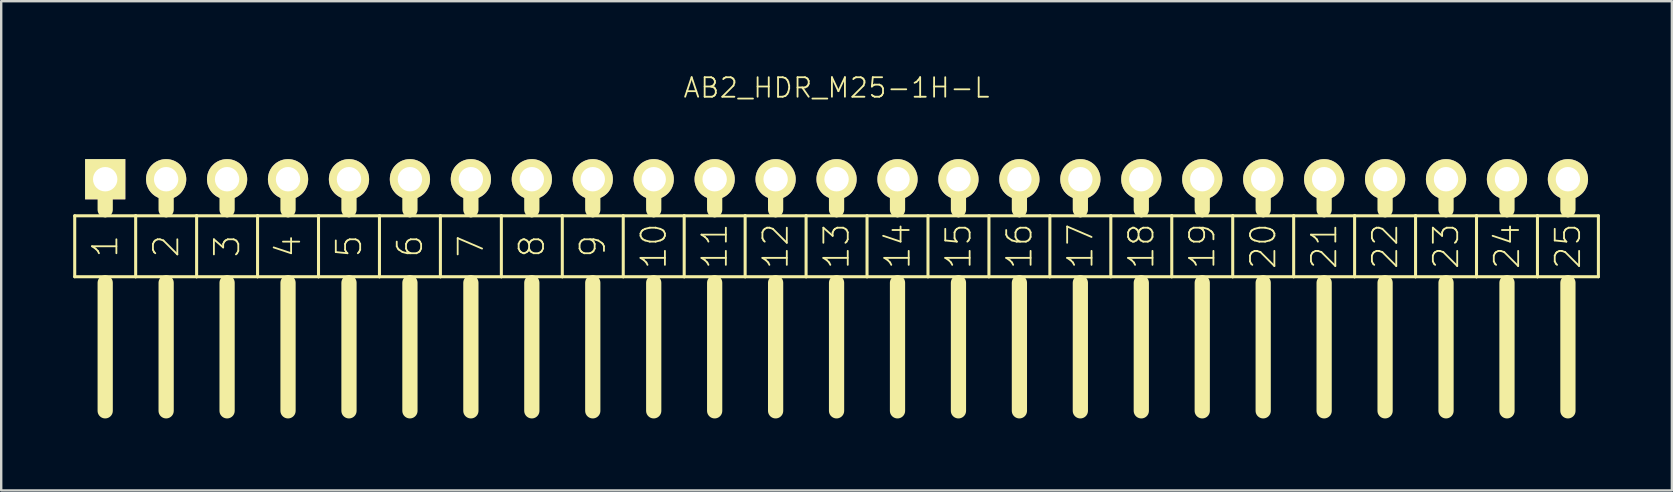
<source format=kicad_pcb>
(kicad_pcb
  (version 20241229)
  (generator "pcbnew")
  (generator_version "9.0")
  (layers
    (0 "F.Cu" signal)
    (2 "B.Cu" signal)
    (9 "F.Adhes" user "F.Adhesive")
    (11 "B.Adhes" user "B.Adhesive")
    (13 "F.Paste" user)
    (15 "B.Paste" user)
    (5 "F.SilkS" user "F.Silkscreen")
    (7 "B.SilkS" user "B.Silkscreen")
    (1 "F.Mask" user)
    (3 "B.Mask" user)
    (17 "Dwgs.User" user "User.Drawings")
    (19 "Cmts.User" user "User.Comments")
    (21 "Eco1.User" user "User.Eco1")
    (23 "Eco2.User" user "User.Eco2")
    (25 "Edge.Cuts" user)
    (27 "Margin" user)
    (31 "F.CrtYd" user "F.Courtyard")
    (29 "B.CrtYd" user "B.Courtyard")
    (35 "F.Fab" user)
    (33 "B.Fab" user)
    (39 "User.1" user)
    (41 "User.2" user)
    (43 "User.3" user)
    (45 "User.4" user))
  (footprint "AB2_HDR_M25-1H-L"
    (layer "F.Cu")
    (at 31.814 4.419)
    (property "Reference" "AB2_HDR_M25-1H-L" (at 0 -3.81 0) (layer "F.SilkS") (effects (font (size 0.813 0.813) (thickness 0.076))))
    (attr through_hole)
    (fp_line (start -31.75 1.524) (end -31.75 4.064) (stroke (width 0.127) (type solid)) (layer "F.SilkS"))
    (fp_line (start -31.75 4.064) (end -30.48 4.064) (stroke (width 0.127) (type solid)) (layer "F.SilkS"))
    (fp_line (start -30.48 0) (end -30.48 1.27) (stroke (width 0.635) (type solid)) (layer "F.SilkS"))
    (fp_line (start -30.48 1.524) (end -31.75 1.524) (stroke (width 0.127) (type solid)) (layer "F.SilkS"))
    (fp_line (start -30.48 4.064) (end -29.21 4.064) (stroke (width 0.127) (type solid)) (layer "F.SilkS"))
    (fp_line (start -30.48 4.318) (end -30.48 9.652) (stroke (width 0.635) (type solid)) (layer "F.SilkS"))
    (fp_line (start -29.21 1.524) (end -30.48 1.524) (stroke (width 0.127) (type solid)) (layer "F.SilkS"))
    (fp_line (start -29.21 4.064) (end -29.21 1.524) (stroke (width 0.127) (type solid)) (layer "F.SilkS"))
    (fp_line (start -29.21 4.064) (end -27.94 4.064) (stroke (width 0.127) (type solid)) (layer "F.SilkS"))
    (fp_line (start -27.94 0) (end -27.94 1.27) (stroke (width 0.635) (type solid)) (layer "F.SilkS"))
    (fp_line (start -27.94 1.524) (end -29.21 1.524) (stroke (width 0.127) (type solid)) (layer "F.SilkS"))
    (fp_line (start -27.94 4.064) (end -26.67 4.064) (stroke (width 0.127) (type solid)) (layer "F.SilkS"))
    (fp_line (start -27.94 4.318) (end -27.94 9.652) (stroke (width 0.635) (type solid)) (layer "F.SilkS"))
    (fp_line (start -26.67 1.524) (end -27.94 1.524) (stroke (width 0.127) (type solid)) (layer "F.SilkS"))
    (fp_line (start -26.67 4.064) (end -26.67 1.524) (stroke (width 0.127) (type solid)) (layer "F.SilkS"))
    (fp_line (start -26.67 4.064) (end -25.4 4.064) (stroke (width 0.127) (type solid)) (layer "F.SilkS"))
    (fp_line (start -25.4 0) (end -25.4 1.27) (stroke (width 0.635) (type solid)) (layer "F.SilkS"))
    (fp_line (start -25.4 1.524) (end -26.67 1.524) (stroke (width 0.127) (type solid)) (layer "F.SilkS"))
    (fp_line (start -25.4 4.064) (end -24.13 4.064) (stroke (width 0.127) (type solid)) (layer "F.SilkS"))
    (fp_line (start -25.4 4.318) (end -25.4 9.652) (stroke (width 0.635) (type solid)) (layer "F.SilkS"))
    (fp_line (start -24.13 1.524) (end -25.4 1.524) (stroke (width 0.127) (type solid)) (layer "F.SilkS"))
    (fp_line (start -24.13 4.064) (end -24.13 1.524) (stroke (width 0.127) (type solid)) (layer "F.SilkS"))
    (fp_line (start -24.13 4.064) (end -22.86 4.064) (stroke (width 0.127) (type solid)) (layer "F.SilkS"))
    (fp_line (start -22.86 0) (end -22.86 1.27) (stroke (width 0.635) (type solid)) (layer "F.SilkS"))
    (fp_line (start -22.86 1.524) (end -24.13 1.524) (stroke (width 0.127) (type solid)) (layer "F.SilkS"))
    (fp_line (start -22.86 4.064) (end -21.59 4.064) (stroke (width 0.127) (type solid)) (layer "F.SilkS"))
    (fp_line (start -22.86 4.318) (end -22.86 9.652) (stroke (width 0.635) (type solid)) (layer "F.SilkS"))
    (fp_line (start -21.59 1.524) (end -22.86 1.524) (stroke (width 0.127) (type solid)) (layer "F.SilkS"))
    (fp_line (start -21.59 4.064) (end -21.59 1.524) (stroke (width 0.127) (type solid)) (layer "F.SilkS"))
    (fp_line (start -21.59 4.064) (end -20.32 4.064) (stroke (width 0.127) (type solid)) (layer "F.SilkS"))
    (fp_line (start -20.32 0) (end -20.32 1.27) (stroke (width 0.635) (type solid)) (layer "F.SilkS"))
    (fp_line (start -20.32 1.524) (end -21.59 1.524) (stroke (width 0.127) (type solid)) (layer "F.SilkS"))
    (fp_line (start -20.32 4.064) (end -19.05 4.064) (stroke (width 0.127) (type solid)) (layer "F.SilkS"))
    (fp_line (start -20.32 4.318) (end -20.32 9.652) (stroke (width 0.635) (type solid)) (layer "F.SilkS"))
    (fp_line (start -19.05 1.524) (end -20.32 1.524) (stroke (width 0.127) (type solid)) (layer "F.SilkS"))
    (fp_line (start -19.05 4.064) (end -19.05 1.524) (stroke (width 0.127) (type solid)) (layer "F.SilkS"))
    (fp_line (start -19.05 4.064) (end -17.78 4.064) (stroke (width 0.127) (type solid)) (layer "F.SilkS"))
    (fp_line (start -17.78 0) (end -17.78 1.27) (stroke (width 0.635) (type solid)) (layer "F.SilkS"))
    (fp_line (start -17.78 1.524) (end -19.05 1.524) (stroke (width 0.127) (type solid)) (layer "F.SilkS"))
    (fp_line (start -17.78 4.064) (end -16.51 4.064) (stroke (width 0.127) (type solid)) (layer "F.SilkS"))
    (fp_line (start -17.78 4.318) (end -17.78 9.652) (stroke (width 0.635) (type solid)) (layer "F.SilkS"))
    (fp_line (start -16.51 1.524) (end -17.78 1.524) (stroke (width 0.127) (type solid)) (layer "F.SilkS"))
    (fp_line (start -16.51 4.064) (end -16.51 1.524) (stroke (width 0.127) (type solid)) (layer "F.SilkS"))
    (fp_line (start -16.51 4.064) (end -15.24 4.064) (stroke (width 0.127) (type solid)) (layer "F.SilkS"))
    (fp_line (start -15.24 0) (end -15.24 1.27) (stroke (width 0.635) (type solid)) (layer "F.SilkS"))
    (fp_line (start -15.24 1.524) (end -16.51 1.524) (stroke (width 0.127) (type solid)) (layer "F.SilkS"))
    (fp_line (start -15.24 4.064) (end -13.97 4.064) (stroke (width 0.127) (type solid)) (layer "F.SilkS"))
    (fp_line (start -15.24 4.318) (end -15.24 9.652) (stroke (width 0.635) (type solid)) (layer "F.SilkS"))
    (fp_line (start -13.97 1.524) (end -15.24 1.524) (stroke (width 0.127) (type solid)) (layer "F.SilkS"))
    (fp_line (start -13.97 4.064) (end -13.97 1.524) (stroke (width 0.127) (type solid)) (layer "F.SilkS"))
    (fp_line (start -13.97 4.064) (end -12.7 4.064) (stroke (width 0.127) (type solid)) (layer "F.SilkS"))
    (fp_line (start -12.7 0) (end -12.7 1.27) (stroke (width 0.635) (type solid)) (layer "F.SilkS"))
    (fp_line (start -12.7 1.524) (end -13.97 1.524) (stroke (width 0.127) (type solid)) (layer "F.SilkS"))
    (fp_line (start -12.7 4.064) (end -11.43 4.064) (stroke (width 0.127) (type solid)) (layer "F.SilkS"))
    (fp_line (start -12.7 4.318) (end -12.7 9.652) (stroke (width 0.635) (type solid)) (layer "F.SilkS"))
    (fp_line (start -11.43 1.524) (end -12.7 1.524) (stroke (width 0.127) (type solid)) (layer "F.SilkS"))
    (fp_line (start -11.43 4.064) (end -11.43 1.524) (stroke (width 0.127) (type solid)) (layer "F.SilkS"))
    (fp_line (start -11.43 4.064) (end -10.16 4.064) (stroke (width 0.127) (type solid)) (layer "F.SilkS"))
    (fp_line (start -10.16 0) (end -10.16 1.27) (stroke (width 0.635) (type solid)) (layer "F.SilkS"))
    (fp_line (start -10.16 1.524) (end -11.43 1.524) (stroke (width 0.127) (type solid)) (layer "F.SilkS"))
    (fp_line (start -10.16 4.064) (end -8.89 4.064) (stroke (width 0.127) (type solid)) (layer "F.SilkS"))
    (fp_line (start -10.16 4.318) (end -10.16 9.652) (stroke (width 0.635) (type solid)) (layer "F.SilkS"))
    (fp_line (start -8.89 1.524) (end -10.16 1.524) (stroke (width 0.127) (type solid)) (layer "F.SilkS"))
    (fp_line (start -8.89 4.064) (end -8.89 1.524) (stroke (width 0.127) (type solid)) (layer "F.SilkS"))
    (fp_line (start -8.89 4.064) (end -7.62 4.064) (stroke (width 0.127) (type solid)) (layer "F.SilkS"))
    (fp_line (start -7.62 0) (end -7.62 1.27) (stroke (width 0.635) (type solid)) (layer "F.SilkS"))
    (fp_line (start -7.62 1.524) (end -8.89 1.524) (stroke (width 0.127) (type solid)) (layer "F.SilkS"))
    (fp_line (start -7.62 4.064) (end -6.35 4.064) (stroke (width 0.127) (type solid)) (layer "F.SilkS"))
    (fp_line (start -7.62 4.318) (end -7.62 9.652) (stroke (width 0.635) (type solid)) (layer "F.SilkS"))
    (fp_line (start -6.35 1.524) (end -7.62 1.524) (stroke (width 0.127) (type solid)) (layer "F.SilkS"))
    (fp_line (start -6.35 4.064) (end -6.35 1.524) (stroke (width 0.127) (type solid)) (layer "F.SilkS"))
    (fp_line (start -6.35 4.064) (end -5.08 4.064) (stroke (width 0.127) (type solid)) (layer "F.SilkS"))
    (fp_line (start -5.08 0) (end -5.08 1.27) (stroke (width 0.635) (type solid)) (layer "F.SilkS"))
    (fp_line (start -5.08 1.524) (end -6.35 1.524) (stroke (width 0.127) (type solid)) (layer "F.SilkS"))
    (fp_line (start -5.08 4.064) (end -3.81 4.064) (stroke (width 0.127) (type solid)) (layer "F.SilkS"))
    (fp_line (start -5.08 4.318) (end -5.08 9.652) (stroke (width 0.635) (type solid)) (layer "F.SilkS"))
    (fp_line (start -3.81 1.524) (end -5.08 1.524) (stroke (width 0.127) (type solid)) (layer "F.SilkS"))
    (fp_line (start -3.81 4.064) (end -3.81 1.524) (stroke (width 0.127) (type solid)) (layer "F.SilkS"))
    (fp_line (start -3.81 4.064) (end -2.54 4.064) (stroke (width 0.127) (type solid)) (layer "F.SilkS"))
    (fp_line (start -2.54 0) (end -2.54 1.27) (stroke (width 0.635) (type solid)) (layer "F.SilkS"))
    (fp_line (start -2.54 1.524) (end -3.81 1.524) (stroke (width 0.127) (type solid)) (layer "F.SilkS"))
    (fp_line (start -2.54 4.064) (end -1.27 4.064) (stroke (width 0.127) (type solid)) (layer "F.SilkS"))
    (fp_line (start -2.54 4.318) (end -2.54 9.652) (stroke (width 0.635) (type solid)) (layer "F.SilkS"))
    (fp_line (start -1.27 1.524) (end -2.54 1.524) (stroke (width 0.127) (type solid)) (layer "F.SilkS"))
    (fp_line (start -1.27 4.064) (end -1.27 1.524) (stroke (width 0.127) (type solid)) (layer "F.SilkS"))
    (fp_line (start -1.27 4.064) (end 0 4.064) (stroke (width 0.127) (type solid)) (layer "F.SilkS"))
    (fp_line (start 0 0) (end 0 1.27) (stroke (width 0.635) (type solid)) (layer "F.SilkS"))
    (fp_line (start 0 1.524) (end -1.27 1.524) (stroke (width 0.127) (type solid)) (layer "F.SilkS"))
    (fp_line (start 0 4.064) (end 1.27 4.064) (stroke (width 0.127) (type solid)) (layer "F.SilkS"))
    (fp_line (start 0 4.318) (end 0 9.652) (stroke (width 0.635) (type solid)) (layer "F.SilkS"))
    (fp_line (start 1.27 1.524) (end 0 1.524) (stroke (width 0.127) (type solid)) (layer "F.SilkS"))
    (fp_line (start 1.27 4.064) (end 1.27 1.524) (stroke (width 0.127) (type solid)) (layer "F.SilkS"))
    (fp_line (start 1.27 4.064) (end 2.54 4.064) (stroke (width 0.127) (type solid)) (layer "F.SilkS"))
    (fp_line (start 2.54 0) (end 2.54 1.27) (stroke (width 0.635) (type solid)) (layer "F.SilkS"))
    (fp_line (start 2.54 1.524) (end 1.27 1.524) (stroke (width 0.127) (type solid)) (layer "F.SilkS"))
    (fp_line (start 2.54 4.064) (end 3.81 4.064) (stroke (width 0.127) (type solid)) (layer "F.SilkS"))
    (fp_line (start 2.54 4.318) (end 2.54 9.652) (stroke (width 0.635) (type solid)) (layer "F.SilkS"))
    (fp_line (start 3.81 1.524) (end 2.54 1.524) (stroke (width 0.127) (type solid)) (layer "F.SilkS"))
    (fp_line (start 3.81 4.064) (end 3.81 1.524) (stroke (width 0.127) (type solid)) (layer "F.SilkS"))
    (fp_line (start 3.81 4.064) (end 5.08 4.064) (stroke (width 0.127) (type solid)) (layer "F.SilkS"))
    (fp_line (start 5.08 0) (end 5.08 1.27) (stroke (width 0.635) (type solid)) (layer "F.SilkS"))
    (fp_line (start 5.08 1.524) (end 3.81 1.524) (stroke (width 0.127) (type solid)) (layer "F.SilkS"))
    (fp_line (start 5.08 4.064) (end 6.35 4.064) (stroke (width 0.127) (type solid)) (layer "F.SilkS"))
    (fp_line (start 5.08 4.318) (end 5.08 9.652) (stroke (width 0.635) (type solid)) (layer "F.SilkS"))
    (fp_line (start 6.35 1.524) (end 5.08 1.524) (stroke (width 0.127) (type solid)) (layer "F.SilkS"))
    (fp_line (start 6.35 4.064) (end 6.35 1.524) (stroke (width 0.127) (type solid)) (layer "F.SilkS"))
    (fp_line (start 6.35 4.064) (end 7.62 4.064) (stroke (width 0.127) (type solid)) (layer "F.SilkS"))
    (fp_line (start 7.62 0) (end 7.62 1.27) (stroke (width 0.635) (type solid)) (layer "F.SilkS"))
    (fp_line (start 7.62 1.524) (end 6.35 1.524) (stroke (width 0.127) (type solid)) (layer "F.SilkS"))
    (fp_line (start 7.62 4.064) (end 8.89 4.064) (stroke (width 0.127) (type solid)) (layer "F.SilkS"))
    (fp_line (start 7.62 4.318) (end 7.62 9.652) (stroke (width 0.635) (type solid)) (layer "F.SilkS"))
    (fp_line (start 8.89 1.524) (end 7.62 1.524) (stroke (width 0.127) (type solid)) (layer "F.SilkS"))
    (fp_line (start 8.89 4.064) (end 8.89 1.524) (stroke (width 0.127) (type solid)) (layer "F.SilkS"))
    (fp_line (start 8.89 4.064) (end 10.16 4.064) (stroke (width 0.127) (type solid)) (layer "F.SilkS"))
    (fp_line (start 10.16 0) (end 10.16 1.27) (stroke (width 0.635) (type solid)) (layer "F.SilkS"))
    (fp_line (start 10.16 1.524) (end 8.89 1.524) (stroke (width 0.127) (type solid)) (layer "F.SilkS"))
    (fp_line (start 10.16 4.064) (end 11.43 4.064) (stroke (width 0.127) (type solid)) (layer "F.SilkS"))
    (fp_line (start 10.16 4.318) (end 10.16 9.652) (stroke (width 0.635) (type solid)) (layer "F.SilkS"))
    (fp_line (start 11.43 1.524) (end 10.16 1.524) (stroke (width 0.127) (type solid)) (layer "F.SilkS"))
    (fp_line (start 11.43 4.064) (end 11.43 1.524) (stroke (width 0.127) (type solid)) (layer "F.SilkS"))
    (fp_line (start 11.43 4.064) (end 12.7 4.064) (stroke (width 0.127) (type solid)) (layer "F.SilkS"))
    (fp_line (start 12.7 0) (end 12.7 1.27) (stroke (width 0.635) (type solid)) (layer "F.SilkS"))
    (fp_line (start 12.7 1.524) (end 11.43 1.524) (stroke (width 0.127) (type solid)) (layer "F.SilkS"))
    (fp_line (start 12.7 4.064) (end 13.97 4.064) (stroke (width 0.127) (type solid)) (layer "F.SilkS"))
    (fp_line (start 12.7 4.318) (end 12.7 9.652) (stroke (width 0.635) (type solid)) (layer "F.SilkS"))
    (fp_line (start 13.97 1.524) (end 12.7 1.524) (stroke (width 0.127) (type solid)) (layer "F.SilkS"))
    (fp_line (start 13.97 4.064) (end 13.97 1.524) (stroke (width 0.127) (type solid)) (layer "F.SilkS"))
    (fp_line (start 13.97 4.064) (end 15.24 4.064) (stroke (width 0.127) (type solid)) (layer "F.SilkS"))
    (fp_line (start 15.24 0) (end 15.24 1.27) (stroke (width 0.635) (type solid)) (layer "F.SilkS"))
    (fp_line (start 15.24 1.524) (end 13.97 1.524) (stroke (width 0.127) (type solid)) (layer "F.SilkS"))
    (fp_line (start 15.24 4.064) (end 16.51 4.064) (stroke (width 0.127) (type solid)) (layer "F.SilkS"))
    (fp_line (start 15.24 4.318) (end 15.24 9.652) (stroke (width 0.635) (type solid)) (layer "F.SilkS"))
    (fp_line (start 16.51 1.524) (end 15.24 1.524) (stroke (width 0.127) (type solid)) (layer "F.SilkS"))
    (fp_line (start 16.51 4.064) (end 16.51 1.524) (stroke (width 0.127) (type solid)) (layer "F.SilkS"))
    (fp_line (start 16.51 4.064) (end 17.78 4.064) (stroke (width 0.127) (type solid)) (layer "F.SilkS"))
    (fp_line (start 17.78 0) (end 17.78 1.27) (stroke (width 0.635) (type solid)) (layer "F.SilkS"))
    (fp_line (start 17.78 1.524) (end 16.51 1.524) (stroke (width 0.127) (type solid)) (layer "F.SilkS"))
    (fp_line (start 17.78 4.064) (end 19.05 4.064) (stroke (width 0.127) (type solid)) (layer "F.SilkS"))
    (fp_line (start 17.78 4.318) (end 17.78 9.652) (stroke (width 0.635) (type solid)) (layer "F.SilkS"))
    (fp_line (start 19.05 1.524) (end 17.78 1.524) (stroke (width 0.127) (type solid)) (layer "F.SilkS"))
    (fp_line (start 19.05 4.064) (end 19.05 1.524) (stroke (width 0.127) (type solid)) (layer "F.SilkS"))
    (fp_line (start 19.05 4.064) (end 20.32 4.064) (stroke (width 0.127) (type solid)) (layer "F.SilkS"))
    (fp_line (start 20.32 0) (end 20.32 1.27) (stroke (width 0.635) (type solid)) (layer "F.SilkS"))
    (fp_line (start 20.32 1.524) (end 19.05 1.524) (stroke (width 0.127) (type solid)) (layer "F.SilkS"))
    (fp_line (start 20.32 4.064) (end 21.59 4.064) (stroke (width 0.127) (type solid)) (layer "F.SilkS"))
    (fp_line (start 20.32 4.318) (end 20.32 9.652) (stroke (width 0.635) (type solid)) (layer "F.SilkS"))
    (fp_line (start 21.59 1.524) (end 20.32 1.524) (stroke (width 0.127) (type solid)) (layer "F.SilkS"))
    (fp_line (start 21.59 4.064) (end 21.59 1.524) (stroke (width 0.127) (type solid)) (layer "F.SilkS"))
    (fp_line (start 21.59 4.064) (end 22.86 4.064) (stroke (width 0.127) (type solid)) (layer "F.SilkS"))
    (fp_line (start 22.86 0) (end 22.86 1.27) (stroke (width 0.635) (type solid)) (layer "F.SilkS"))
    (fp_line (start 22.86 1.524) (end 21.59 1.524) (stroke (width 0.127) (type solid)) (layer "F.SilkS"))
    (fp_line (start 22.86 4.064) (end 24.13 4.064) (stroke (width 0.127) (type solid)) (layer "F.SilkS"))
    (fp_line (start 22.86 4.318) (end 22.86 9.652) (stroke (width 0.635) (type solid)) (layer "F.SilkS"))
    (fp_line (start 24.13 1.524) (end 22.86 1.524) (stroke (width 0.127) (type solid)) (layer "F.SilkS"))
    (fp_line (start 24.13 4.064) (end 24.13 1.524) (stroke (width 0.127) (type solid)) (layer "F.SilkS"))
    (fp_line (start 24.13 4.064) (end 25.4 4.064) (stroke (width 0.127) (type solid)) (layer "F.SilkS"))
    (fp_line (start 25.4 0) (end 25.4 1.27) (stroke (width 0.635) (type solid)) (layer "F.SilkS"))
    (fp_line (start 25.4 1.524) (end 24.13 1.524) (stroke (width 0.127) (type solid)) (layer "F.SilkS"))
    (fp_line (start 25.4 4.064) (end 26.67 4.064) (stroke (width 0.127) (type solid)) (layer "F.SilkS"))
    (fp_line (start 25.4 4.318) (end 25.4 9.652) (stroke (width 0.635) (type solid)) (layer "F.SilkS"))
    (fp_line (start 26.67 1.524) (end 25.4 1.524) (stroke (width 0.127) (type solid)) (layer "F.SilkS"))
    (fp_line (start 26.67 4.064) (end 26.67 1.524) (stroke (width 0.127) (type solid)) (layer "F.SilkS"))
    (fp_line (start 26.67 4.064) (end 27.94 4.064) (stroke (width 0.127) (type solid)) (layer "F.SilkS"))
    (fp_line (start 27.94 0) (end 27.94 1.27) (stroke (width 0.635) (type solid)) (layer "F.SilkS"))
    (fp_line (start 27.94 1.524) (end 26.67 1.524) (stroke (width 0.127) (type solid)) (layer "F.SilkS"))
    (fp_line (start 27.94 4.064) (end 29.21 4.064) (stroke (width 0.127) (type solid)) (layer "F.SilkS"))
    (fp_line (start 27.94 4.318) (end 27.94 9.652) (stroke (width 0.635) (type solid)) (layer "F.SilkS"))
    (fp_line (start 29.21 1.524) (end 27.94 1.524) (stroke (width 0.127) (type solid)) (layer "F.SilkS"))
    (fp_line (start 29.21 4.064) (end 29.21 1.524) (stroke (width 0.127) (type solid)) (layer "F.SilkS"))
    (fp_line (start 29.21 4.064) (end 30.48 4.064) (stroke (width 0.127) (type solid)) (layer "F.SilkS"))
    (fp_line (start 30.48 0) (end 30.48 1.27) (stroke (width 0.635) (type solid)) (layer "F.SilkS"))
    (fp_line (start 30.48 1.524) (end 29.21 1.524) (stroke (width 0.127) (type solid)) (layer "F.SilkS"))
    (fp_line (start 30.48 4.064) (end 31.75 4.064) (stroke (width 0.127) (type solid)) (layer "F.SilkS"))
    (fp_line (start 30.48 4.318) (end 30.48 9.652) (stroke (width 0.635) (type solid)) (layer "F.SilkS"))
    (fp_line (start 31.75 1.524) (end 30.48 1.524) (stroke (width 0.127) (type solid)) (layer "F.SilkS"))
    (fp_line (start 31.75 4.064) (end 31.75 1.524) (stroke (width 0.127) (type solid)) (layer "F.SilkS"))
    (fp_text user "7" (at -15.24 2.794 90) (layer "F.SilkS") (effects (font (size 1.016 1.016) (thickness 0.076))))
    (fp_text user "20" (at 17.78 2.794 90) (layer "F.SilkS") (effects (font (size 1.016 1.016) (thickness 0.076))))
    (fp_text user "25" (at 30.48 2.794 90) (layer "F.SilkS") (effects (font (size 1.016 1.016) (thickness 0.076))))
    (fp_text user "5" (at -20.32 2.794 90) (layer "F.SilkS") (effects (font (size 1.016 1.016) (thickness 0.076))))
    (fp_text user "10" (at -7.62 2.794 90) (layer "F.SilkS") (effects (font (size 1.016 1.016) (thickness 0.076))))
    (fp_text user "18" (at 12.7 2.794 90) (layer "F.SilkS") (effects (font (size 1.016 1.016) (thickness 0.076))))
    (fp_text user "11" (at -5.08 2.794 90) (layer "F.SilkS") (effects (font (size 1.016 1.016) (thickness 0.076))))
    (fp_text user "8" (at -12.7 2.794 90) (layer "F.SilkS") (effects (font (size 1.016 1.016) (thickness 0.076))))
    (fp_text user "24" (at 27.94 2.794 90) (layer "F.SilkS") (effects (font (size 1.016 1.016) (thickness 0.076))))
    (fp_text user "19" (at 15.24 2.794 90) (layer "F.SilkS") (effects (font (size 1.016 1.016) (thickness 0.076))))
    (fp_text user "13" (at 0 2.794 90) (layer "F.SilkS") (effects (font (size 1.016 1.016) (thickness 0.076))))
    (fp_text user "9" (at -10.16 2.794 90) (layer "F.SilkS") (effects (font (size 1.016 1.016) (thickness 0.076))))
    (fp_text user "17" (at 10.16 2.794 90) (layer "F.SilkS") (effects (font (size 1.016 1.016) (thickness 0.076))))
    (fp_text user "14" (at 2.54 2.794 90) (layer "F.SilkS") (effects (font (size 1.016 1.016) (thickness 0.076))))
    (fp_text user "2" (at -27.94 2.794 90) (layer "F.SilkS") (effects (font (size 1.016 1.016) (thickness 0.076))))
    (fp_text user "6" (at -17.78 2.794 90) (layer "F.SilkS") (effects (font (size 1.016 1.016) (thickness 0.076))))
    (fp_text user "1" (at -30.48 2.794 90) (layer "F.SilkS") (effects (font (size 1.016 1.016) (thickness 0.076))))
    (fp_text user "22" (at 22.86 2.794 90) (layer "F.SilkS") (effects (font (size 1.016 1.016) (thickness 0.076))))
    (fp_text user "21" (at 20.32 2.794 90) (layer "F.SilkS") (effects (font (size 1.016 1.016) (thickness 0.076))))
    (fp_text user "3" (at -25.4 2.794 90) (layer "F.SilkS") (effects (font (size 1.016 1.016) (thickness 0.076))))
    (fp_text user "4" (at -22.86 2.794 90) (layer "F.SilkS") (effects (font (size 1.016 1.016) (thickness 0.076))))
    (fp_text user "16" (at 7.62 2.794 90) (layer "F.SilkS") (effects (font (size 1.016 1.016) (thickness 0.076))))
    (fp_text user "23" (at 25.4 2.794 90) (layer "F.SilkS") (effects (font (size 1.016 1.016) (thickness 0.076))))
    (fp_text user "12" (at -2.54 2.794 90) (layer "F.SilkS") (effects (font (size 1.016 1.016) (thickness 0.076))))
    (fp_text user "15" (at 5.08 2.794 90) (layer "F.SilkS") (effects (font (size 1.016 1.016) (thickness 0.076))))
    (pad "1" thru_hole rect (at -30.48 0) (size 1.676 1.676) (drill 1.016) (layers "*.Cu" "*.Mask" "F.SilkS"))
    (pad "2" thru_hole circle (at -27.94 0) (size 1.676 1.676) (drill 1.016) (layers "*.Cu" "*.Mask" "F.SilkS"))
    (pad "3" thru_hole circle (at -25.4 0) (size 1.676 1.676) (drill 1.016) (layers "*.Cu" "*.Mask" "F.SilkS"))
    (pad "4" thru_hole circle (at -22.86 0) (size 1.676 1.676) (drill 1.016) (layers "*.Cu" "*.Mask" "F.SilkS"))
    (pad "5" thru_hole circle (at -20.32 0) (size 1.676 1.676) (drill 1.016) (layers "*.Cu" "*.Mask" "F.SilkS"))
    (pad "6" thru_hole circle (at -17.78 0) (size 1.676 1.676) (drill 1.016) (layers "*.Cu" "*.Mask" "F.SilkS"))
    (pad "7" thru_hole circle (at -15.24 0) (size 1.676 1.676) (drill 1.016) (layers "*.Cu" "*.Mask" "F.SilkS"))
    (pad "8" thru_hole circle (at -12.7 0) (size 1.676 1.676) (drill 1.016) (layers "*.Cu" "*.Mask" "F.SilkS"))
    (pad "9" thru_hole circle (at -10.16 0) (size 1.676 1.676) (drill 1.016) (layers "*.Cu" "*.Mask" "F.SilkS"))
    (pad "10" thru_hole circle (at -7.62 0) (size 1.676 1.676) (drill 1.016) (layers "*.Cu" "*.Mask" "F.SilkS"))
    (pad "11" thru_hole circle (at -5.08 0) (size 1.676 1.676) (drill 1.016) (layers "*.Cu" "*.Mask" "F.SilkS"))
    (pad "12" thru_hole circle (at -2.54 0) (size 1.676 1.676) (drill 1.016) (layers "*.Cu" "*.Mask" "F.SilkS"))
    (pad "13" thru_hole circle (at 0 0) (size 1.676 1.676) (drill 1.016) (layers "*.Cu" "*.Mask" "F.SilkS"))
    (pad "14" thru_hole circle (at 2.54 0) (size 1.676 1.676) (drill 1.016) (layers "*.Cu" "*.Mask" "F.SilkS"))
    (pad "15" thru_hole circle (at 5.08 0) (size 1.676 1.676) (drill 1.016) (layers "*.Cu" "*.Mask" "F.SilkS"))
    (pad "16" thru_hole circle (at 7.62 0) (size 1.676 1.676) (drill 1.016) (layers "*.Cu" "*.Mask" "F.SilkS"))
    (pad "17" thru_hole circle (at 10.16 0) (size 1.676 1.676) (drill 1.016) (layers "*.Cu" "*.Mask" "F.SilkS"))
    (pad "18" thru_hole circle (at 12.7 0) (size 1.676 1.676) (drill 1.016) (layers "*.Cu" "*.Mask" "F.SilkS"))
    (pad "19" thru_hole circle (at 15.24 0) (size 1.676 1.676) (drill 1.016) (layers "*.Cu" "*.Mask" "F.SilkS"))
    (pad "20" thru_hole circle (at 17.78 0) (size 1.676 1.676) (drill 1.016) (layers "*.Cu" "*.Mask" "F.SilkS"))
    (pad "21" thru_hole circle (at 20.32 0) (size 1.676 1.676) (drill 1.016) (layers "*.Cu" "*.Mask" "F.SilkS"))
    (pad "22" thru_hole circle (at 22.86 0) (size 1.676 1.676) (drill 1.016) (layers "*.Cu" "*.Mask" "F.SilkS"))
    (pad "23" thru_hole circle (at 25.4 0) (size 1.676 1.676) (drill 1.016) (layers "*.Cu" "*.Mask" "F.SilkS"))
    (pad "24" thru_hole circle (at 27.94 0) (size 1.676 1.676) (drill 1.016) (layers "*.Cu" "*.Mask" "F.SilkS"))
    (pad "25" thru_hole circle (at 30.48 0) (size 1.676 1.676) (drill 1.016) (layers "*.Cu" "*.Mask" "F.SilkS")))
  (gr_rect
    (start -3 -3)
    (end 66.627 17.389)
    (stroke (width 0.1) (type default))
    (fill no)
    (layer "Edge.Cuts")))
</source>
